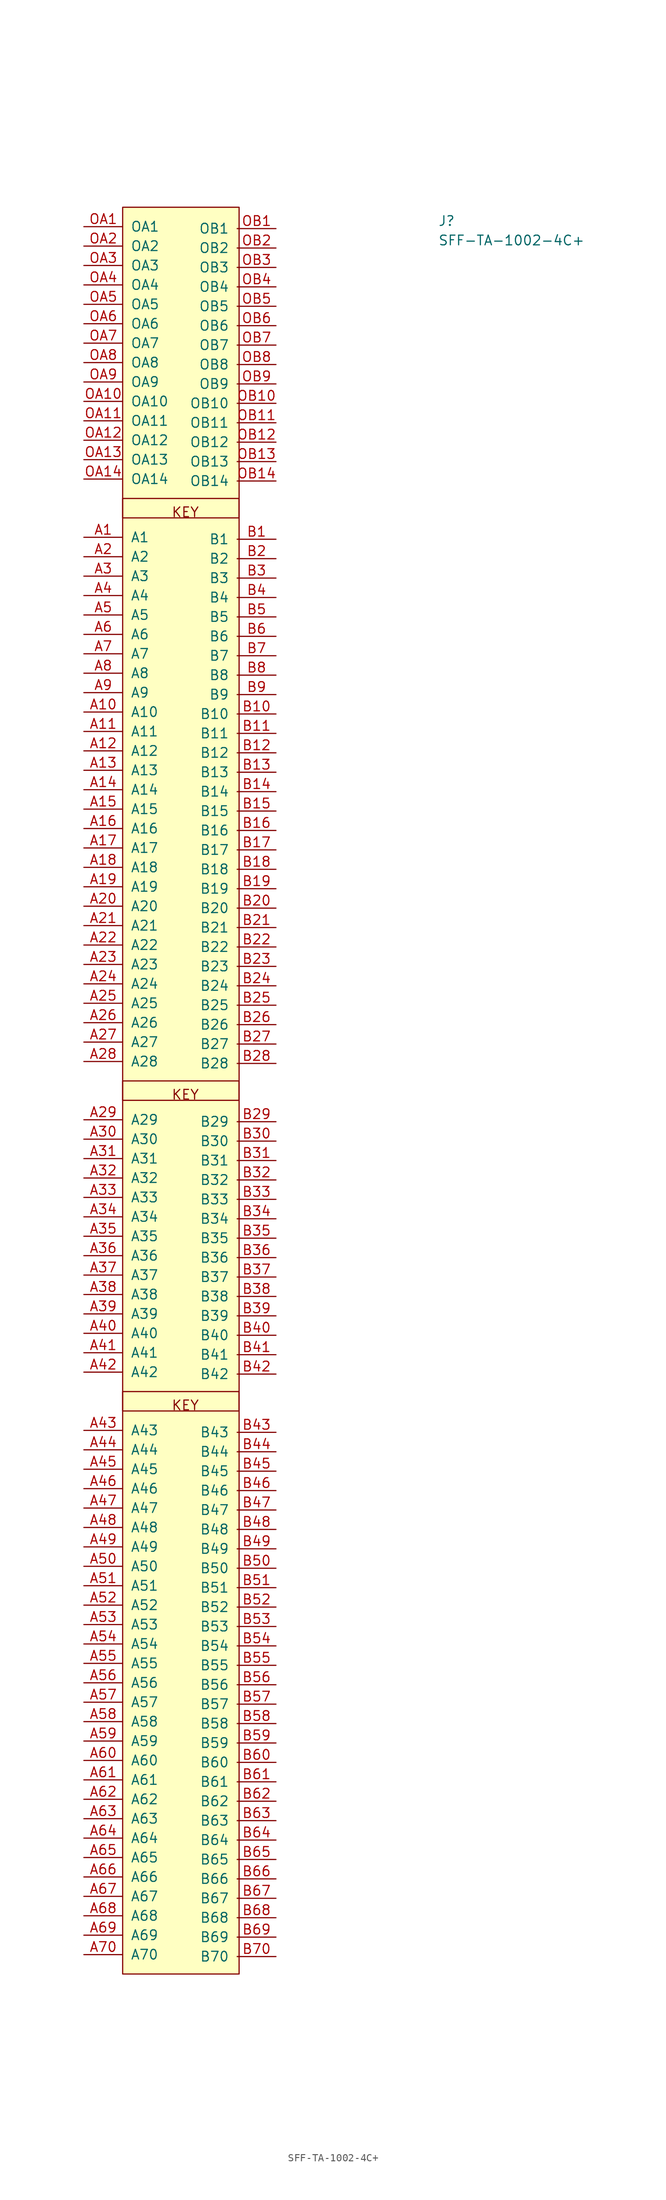
<source format=kicad_sym>
(kicad_symbol_lib
  (version 20211014)
  (generator kicad_symbol_editor)
  (symbol "SFF-TA-1002-4C+"
    (pin_names
      (offset 1.016))
    (property "Reference" "J"
      (at 46.355 0 0)
      (effects (font (size 1.27 1.27) (thickness 0.15)) (justify left bottom)))
    (property "Value" "SFF-TA-1002-4C+"
      (at 46.355 -2.54 0)
      (effects (font (size 1.27 1.27) (thickness 0.15)) (justify left bottom)))
    (symbol "SFF-TA-1002-4C+_0_0"
      (rectangle (start 5.08 2.54) (end 20.32 -228.6) (stroke (width 0) (type default) (color 0 0 0 0)) (fill (type background)))
      (text "KEY" (at 11.43 -154.94 0) (effects (font (size 1.27 1.27) (thickness 0.15)) (justify left bottom)))
      (text "KEY" (at 11.43 -114.3 0) (effects (font (size 1.27 1.27) (thickness 0.15)) (justify left bottom)))
      (text "KEY" (at 11.43 -38.1 0) (effects (font (size 1.27 1.27) (thickness 0.15)) (justify left bottom))))
    (symbol "SFF-TA-1002-4C+_1_1"
      (rectangle (start 5.08 -152.4) (end 20.32 -154.94) (stroke (width 0) (type default) (color 0 0 0 0)) (fill (type background)))
      (rectangle (start 5.08 -111.76) (end 20.32 -114.3) (stroke (width 0) (type default) (color 0 0 0 0)) (fill (type background)))
      (rectangle (start 5.08 -35.56) (end 20.32 -38.1) (stroke (width 0) (type default) (color 0 0 0 0)) (fill (type background)))
      (pin passive line (at 0 -40.64 0) (length 5.08) (name "A1" (effects (font (size 1.27 1.27)))) (number "A1" (effects (font (size 1.27 1.27)))))
      (pin passive line (at 0 -63.5 0) (length 5.08) (name "A10" (effects (font (size 1.27 1.27)))) (number "A10" (effects (font (size 1.27 1.27)))))
      (pin passive line (at 0 -66.04 0) (length 5.08) (name "A11" (effects (font (size 1.27 1.27)))) (number "A11" (effects (font (size 1.27 1.27)))))
      (pin passive line (at 0 -68.58 0) (length 5.08) (name "A12" (effects (font (size 1.27 1.27)))) (number "A12" (effects (font (size 1.27 1.27)))))
      (pin passive line (at 0 -71.12 0) (length 5.08) (name "A13" (effects (font (size 1.27 1.27)))) (number "A13" (effects (font (size 1.27 1.27)))))
      (pin passive line (at 0 -73.66 0) (length 5.08) (name "A14" (effects (font (size 1.27 1.27)))) (number "A14" (effects (font (size 1.27 1.27)))))
      (pin passive line (at 0 -76.2 0) (length 5.08) (name "A15" (effects (font (size 1.27 1.27)))) (number "A15" (effects (font (size 1.27 1.27)))))
      (pin passive line (at 0 -78.74 0) (length 5.08) (name "A16" (effects (font (size 1.27 1.27)))) (number "A16" (effects (font (size 1.27 1.27)))))
      (pin passive line (at 0 -81.28 0) (length 5.08) (name "A17" (effects (font (size 1.27 1.27)))) (number "A17" (effects (font (size 1.27 1.27)))))
      (pin passive line (at 0 -83.82 0) (length 5.08) (name "A18" (effects (font (size 1.27 1.27)))) (number "A18" (effects (font (size 1.27 1.27)))))
      (pin passive line (at 0 -86.36 0) (length 5.08) (name "A19" (effects (font (size 1.27 1.27)))) (number "A19" (effects (font (size 1.27 1.27)))))
      (pin passive line (at 0 -43.18 0) (length 5.08) (name "A2" (effects (font (size 1.27 1.27)))) (number "A2" (effects (font (size 1.27 1.27)))))
      (pin passive line (at 0 -88.9 0) (length 5.08) (name "A20" (effects (font (size 1.27 1.27)))) (number "A20" (effects (font (size 1.27 1.27)))))
      (pin passive line (at 0 -91.44 0) (length 5.08) (name "A21" (effects (font (size 1.27 1.27)))) (number "A21" (effects (font (size 1.27 1.27)))))
      (pin passive line (at 0 -93.98 0) (length 5.08) (name "A22" (effects (font (size 1.27 1.27)))) (number "A22" (effects (font (size 1.27 1.27)))))
      (pin passive line (at 0 -96.52 0) (length 5.08) (name "A23" (effects (font (size 1.27 1.27)))) (number "A23" (effects (font (size 1.27 1.27)))))
      (pin passive line (at 0 -99.06 0) (length 5.08) (name "A24" (effects (font (size 1.27 1.27)))) (number "A24" (effects (font (size 1.27 1.27)))))
      (pin passive line (at 0 -101.6 0) (length 5.08) (name "A25" (effects (font (size 1.27 1.27)))) (number "A25" (effects (font (size 1.27 1.27)))))
      (pin passive line (at 0 -104.14 0) (length 5.08) (name "A26" (effects (font (size 1.27 1.27)))) (number "A26" (effects (font (size 1.27 1.27)))))
      (pin passive line (at 0 -106.68 0) (length 5.08) (name "A27" (effects (font (size 1.27 1.27)))) (number "A27" (effects (font (size 1.27 1.27)))))
      (pin passive line (at 0 -109.22 0) (length 5.08) (name "A28" (effects (font (size 1.27 1.27)))) (number "A28" (effects (font (size 1.27 1.27)))))
      (pin passive line (at 0 -116.84 0) (length 5.08) (name "A29" (effects (font (size 1.27 1.27)))) (number "A29" (effects (font (size 1.27 1.27)))))
      (pin passive line (at 0 -45.72 0) (length 5.08) (name "A3" (effects (font (size 1.27 1.27)))) (number "A3" (effects (font (size 1.27 1.27)))))
      (pin passive line (at 0 -119.38 0) (length 5.08) (name "A30" (effects (font (size 1.27 1.27)))) (number "A30" (effects (font (size 1.27 1.27)))))
      (pin passive line (at 0 -121.92 0) (length 5.08) (name "A31" (effects (font (size 1.27 1.27)))) (number "A31" (effects (font (size 1.27 1.27)))))
      (pin passive line (at 0 -124.46 0) (length 5.08) (name "A32" (effects (font (size 1.27 1.27)))) (number "A32" (effects (font (size 1.27 1.27)))))
      (pin passive line (at 0 -127 0) (length 5.08) (name "A33" (effects (font (size 1.27 1.27)))) (number "A33" (effects (font (size 1.27 1.27)))))
      (pin passive line (at 0 -129.54 0) (length 5.08) (name "A34" (effects (font (size 1.27 1.27)))) (number "A34" (effects (font (size 1.27 1.27)))))
      (pin passive line (at 0 -132.08 0) (length 5.08) (name "A35" (effects (font (size 1.27 1.27)))) (number "A35" (effects (font (size 1.27 1.27)))))
      (pin passive line (at 0 -134.62 0) (length 5.08) (name "A36" (effects (font (size 1.27 1.27)))) (number "A36" (effects (font (size 1.27 1.27)))))
      (pin passive line (at 0 -137.16 0) (length 5.08) (name "A37" (effects (font (size 1.27 1.27)))) (number "A37" (effects (font (size 1.27 1.27)))))
      (pin passive line (at 0 -139.7 0) (length 5.08) (name "A38" (effects (font (size 1.27 1.27)))) (number "A38" (effects (font (size 1.27 1.27)))))
      (pin passive line (at 0 -142.24 0) (length 5.08) (name "A39" (effects (font (size 1.27 1.27)))) (number "A39" (effects (font (size 1.27 1.27)))))
      (pin passive line (at 0 -48.26 0) (length 5.08) (name "A4" (effects (font (size 1.27 1.27)))) (number "A4" (effects (font (size 1.27 1.27)))))
      (pin passive line (at 0 -144.78 0) (length 5.08) (name "A40" (effects (font (size 1.27 1.27)))) (number "A40" (effects (font (size 1.27 1.27)))))
      (pin passive line (at 0 -147.32 0) (length 5.08) (name "A41" (effects (font (size 1.27 1.27)))) (number "A41" (effects (font (size 1.27 1.27)))))
      (pin passive line (at 0 -149.86 0) (length 5.08) (name "A42" (effects (font (size 1.27 1.27)))) (number "A42" (effects (font (size 1.27 1.27)))))
      (pin passive line (at 0 -157.48 0) (length 5.08) (name "A43" (effects (font (size 1.27 1.27)))) (number "A43" (effects (font (size 1.27 1.27)))))
      (pin passive line (at 0 -160.02 0) (length 5.08) (name "A44" (effects (font (size 1.27 1.27)))) (number "A44" (effects (font (size 1.27 1.27)))))
      (pin passive line (at 0 -162.56 0) (length 5.08) (name "A45" (effects (font (size 1.27 1.27)))) (number "A45" (effects (font (size 1.27 1.27)))))
      (pin passive line (at 0 -165.1 0) (length 5.08) (name "A46" (effects (font (size 1.27 1.27)))) (number "A46" (effects (font (size 1.27 1.27)))))
      (pin passive line (at 0 -167.64 0) (length 5.08) (name "A47" (effects (font (size 1.27 1.27)))) (number "A47" (effects (font (size 1.27 1.27)))))
      (pin passive line (at 0 -170.18 0) (length 5.08) (name "A48" (effects (font (size 1.27 1.27)))) (number "A48" (effects (font (size 1.27 1.27)))))
      (pin passive line (at 0 -172.72 0) (length 5.08) (name "A49" (effects (font (size 1.27 1.27)))) (number "A49" (effects (font (size 1.27 1.27)))))
      (pin passive line (at 0 -50.8 0) (length 5.08) (name "A5" (effects (font (size 1.27 1.27)))) (number "A5" (effects (font (size 1.27 1.27)))))
      (pin passive line (at 0 -175.26 0) (length 5.08) (name "A50" (effects (font (size 1.27 1.27)))) (number "A50" (effects (font (size 1.27 1.27)))))
      (pin passive line (at 0 -177.8 0) (length 5.08) (name "A51" (effects (font (size 1.27 1.27)))) (number "A51" (effects (font (size 1.27 1.27)))))
      (pin passive line (at 0 -180.34 0) (length 5.08) (name "A52" (effects (font (size 1.27 1.27)))) (number "A52" (effects (font (size 1.27 1.27)))))
      (pin passive line (at 0 -182.88 0) (length 5.08) (name "A53" (effects (font (size 1.27 1.27)))) (number "A53" (effects (font (size 1.27 1.27)))))
      (pin passive line (at 0 -185.42 0) (length 5.08) (name "A54" (effects (font (size 1.27 1.27)))) (number "A54" (effects (font (size 1.27 1.27)))))
      (pin passive line (at 0 -187.96 0) (length 5.08) (name "A55" (effects (font (size 1.27 1.27)))) (number "A55" (effects (font (size 1.27 1.27)))))
      (pin passive line (at 0 -190.5 0) (length 5.08) (name "A56" (effects (font (size 1.27 1.27)))) (number "A56" (effects (font (size 1.27 1.27)))))
      (pin passive line (at 0 -193.04 0) (length 5.08) (name "A57" (effects (font (size 1.27 1.27)))) (number "A57" (effects (font (size 1.27 1.27)))))
      (pin passive line (at 0 -195.58 0) (length 5.08) (name "A58" (effects (font (size 1.27 1.27)))) (number "A58" (effects (font (size 1.27 1.27)))))
      (pin passive line (at 0 -198.12 0) (length 5.08) (name "A59" (effects (font (size 1.27 1.27)))) (number "A59" (effects (font (size 1.27 1.27)))))
      (pin passive line (at 0 -53.34 0) (length 5.08) (name "A6" (effects (font (size 1.27 1.27)))) (number "A6" (effects (font (size 1.27 1.27)))))
      (pin passive line (at 0 -200.66 0) (length 5.08) (name "A60" (effects (font (size 1.27 1.27)))) (number "A60" (effects (font (size 1.27 1.27)))))
      (pin passive line (at 0 -203.2 0) (length 5.08) (name "A61" (effects (font (size 1.27 1.27)))) (number "A61" (effects (font (size 1.27 1.27)))))
      (pin passive line (at 0 -205.74 0) (length 5.08) (name "A62" (effects (font (size 1.27 1.27)))) (number "A62" (effects (font (size 1.27 1.27)))))
      (pin passive line (at 0 -208.28 0) (length 5.08) (name "A63" (effects (font (size 1.27 1.27)))) (number "A63" (effects (font (size 1.27 1.27)))))
      (pin passive line (at 0 -210.82 0) (length 5.08) (name "A64" (effects (font (size 1.27 1.27)))) (number "A64" (effects (font (size 1.27 1.27)))))
      (pin passive line (at 0 -213.36 0) (length 5.08) (name "A65" (effects (font (size 1.27 1.27)))) (number "A65" (effects (font (size 1.27 1.27)))))
      (pin passive line (at 0 -215.9 0) (length 5.08) (name "A66" (effects (font (size 1.27 1.27)))) (number "A66" (effects (font (size 1.27 1.27)))))
      (pin passive line (at 0 -218.44 0) (length 5.08) (name "A67" (effects (font (size 1.27 1.27)))) (number "A67" (effects (font (size 1.27 1.27)))))
      (pin passive line (at 0 -220.98 0) (length 5.08) (name "A68" (effects (font (size 1.27 1.27)))) (number "A68" (effects (font (size 1.27 1.27)))))
      (pin passive line (at 0 -223.52 0) (length 5.08) (name "A69" (effects (font (size 1.27 1.27)))) (number "A69" (effects (font (size 1.27 1.27)))))
      (pin passive line (at 0 -55.88 0) (length 5.08) (name "A7" (effects (font (size 1.27 1.27)))) (number "A7" (effects (font (size 1.27 1.27)))))
      (pin passive line (at 0 -226.06 0) (length 5.08) (name "A70" (effects (font (size 1.27 1.27)))) (number "A70" (effects (font (size 1.27 1.27)))))
      (pin passive line (at 0 -58.42 0) (length 5.08) (name "A8" (effects (font (size 1.27 1.27)))) (number "A8" (effects (font (size 1.27 1.27)))))
      (pin passive line (at 0 -60.96 0) (length 5.08) (name "A9" (effects (font (size 1.27 1.27)))) (number "A9" (effects (font (size 1.27 1.27)))))
      (pin passive line (at 25.146 -40.894 180) (length 5.08) (name "B1" (effects (font (size 1.27 1.27)))) (number "B1" (effects (font (size 1.27 1.27)))))
      (pin passive line (at 25.146 -63.754 180) (length 5.08) (name "B10" (effects (font (size 1.27 1.27)))) (number "B10" (effects (font (size 1.27 1.27)))))
      (pin passive line (at 25.146 -66.294 180) (length 5.08) (name "B11" (effects (font (size 1.27 1.27)))) (number "B11" (effects (font (size 1.27 1.27)))))
      (pin passive line (at 25.146 -68.834 180) (length 5.08) (name "B12" (effects (font (size 1.27 1.27)))) (number "B12" (effects (font (size 1.27 1.27)))))
      (pin passive line (at 25.146 -71.374 180) (length 5.08) (name "B13" (effects (font (size 1.27 1.27)))) (number "B13" (effects (font (size 1.27 1.27)))))
      (pin passive line (at 25.146 -73.914 180) (length 5.08) (name "B14" (effects (font (size 1.27 1.27)))) (number "B14" (effects (font (size 1.27 1.27)))))
      (pin passive line (at 25.146 -76.454 180) (length 5.08) (name "B15" (effects (font (size 1.27 1.27)))) (number "B15" (effects (font (size 1.27 1.27)))))
      (pin passive line (at 25.146 -78.994 180) (length 5.08) (name "B16" (effects (font (size 1.27 1.27)))) (number "B16" (effects (font (size 1.27 1.27)))))
      (pin passive line (at 25.146 -81.534 180) (length 5.08) (name "B17" (effects (font (size 1.27 1.27)))) (number "B17" (effects (font (size 1.27 1.27)))))
      (pin passive line (at 25.146 -84.074 180) (length 5.08) (name "B18" (effects (font (size 1.27 1.27)))) (number "B18" (effects (font (size 1.27 1.27)))))
      (pin passive line (at 25.146 -86.614 180) (length 5.08) (name "B19" (effects (font (size 1.27 1.27)))) (number "B19" (effects (font (size 1.27 1.27)))))
      (pin passive line (at 25.146 -43.434 180) (length 5.08) (name "B2" (effects (font (size 1.27 1.27)))) (number "B2" (effects (font (size 1.27 1.27)))))
      (pin passive line (at 25.146 -89.154 180) (length 5.08) (name "B20" (effects (font (size 1.27 1.27)))) (number "B20" (effects (font (size 1.27 1.27)))))
      (pin passive line (at 25.146 -91.694 180) (length 5.08) (name "B21" (effects (font (size 1.27 1.27)))) (number "B21" (effects (font (size 1.27 1.27)))))
      (pin passive line (at 25.146 -94.234 180) (length 5.08) (name "B22" (effects (font (size 1.27 1.27)))) (number "B22" (effects (font (size 1.27 1.27)))))
      (pin passive line (at 25.146 -96.774 180) (length 5.08) (name "B23" (effects (font (size 1.27 1.27)))) (number "B23" (effects (font (size 1.27 1.27)))))
      (pin passive line (at 25.146 -99.314 180) (length 5.08) (name "B24" (effects (font (size 1.27 1.27)))) (number "B24" (effects (font (size 1.27 1.27)))))
      (pin passive line (at 25.146 -101.854 180) (length 5.08) (name "B25" (effects (font (size 1.27 1.27)))) (number "B25" (effects (font (size 1.27 1.27)))))
      (pin passive line (at 25.146 -104.394 180) (length 5.08) (name "B26" (effects (font (size 1.27 1.27)))) (number "B26" (effects (font (size 1.27 1.27)))))
      (pin passive line (at 25.146 -106.934 180) (length 5.08) (name "B27" (effects (font (size 1.27 1.27)))) (number "B27" (effects (font (size 1.27 1.27)))))
      (pin passive line (at 25.146 -109.474 180) (length 5.08) (name "B28" (effects (font (size 1.27 1.27)))) (number "B28" (effects (font (size 1.27 1.27)))))
      (pin passive line (at 25.146 -117.094 180) (length 5.08) (name "B29" (effects (font (size 1.27 1.27)))) (number "B29" (effects (font (size 1.27 1.27)))))
      (pin passive line (at 25.146 -45.974 180) (length 5.08) (name "B3" (effects (font (size 1.27 1.27)))) (number "B3" (effects (font (size 1.27 1.27)))))
      (pin passive line (at 25.146 -119.634 180) (length 5.08) (name "B30" (effects (font (size 1.27 1.27)))) (number "B30" (effects (font (size 1.27 1.27)))))
      (pin passive line (at 25.146 -122.174 180) (length 5.08) (name "B31" (effects (font (size 1.27 1.27)))) (number "B31" (effects (font (size 1.27 1.27)))))
      (pin passive line (at 25.146 -124.714 180) (length 5.08) (name "B32" (effects (font (size 1.27 1.27)))) (number "B32" (effects (font (size 1.27 1.27)))))
      (pin passive line (at 25.146 -127.254 180) (length 5.08) (name "B33" (effects (font (size 1.27 1.27)))) (number "B33" (effects (font (size 1.27 1.27)))))
      (pin passive line (at 25.146 -129.794 180) (length 5.08) (name "B34" (effects (font (size 1.27 1.27)))) (number "B34" (effects (font (size 1.27 1.27)))))
      (pin passive line (at 25.146 -132.334 180) (length 5.08) (name "B35" (effects (font (size 1.27 1.27)))) (number "B35" (effects (font (size 1.27 1.27)))))
      (pin passive line (at 25.146 -134.874 180) (length 5.08) (name "B36" (effects (font (size 1.27 1.27)))) (number "B36" (effects (font (size 1.27 1.27)))))
      (pin passive line (at 25.146 -137.414 180) (length 5.08) (name "B37" (effects (font (size 1.27 1.27)))) (number "B37" (effects (font (size 1.27 1.27)))))
      (pin passive line (at 25.146 -139.954 180) (length 5.08) (name "B38" (effects (font (size 1.27 1.27)))) (number "B38" (effects (font (size 1.27 1.27)))))
      (pin passive line (at 25.146 -142.494 180) (length 5.08) (name "B39" (effects (font (size 1.27 1.27)))) (number "B39" (effects (font (size 1.27 1.27)))))
      (pin passive line (at 25.146 -48.514 180) (length 5.08) (name "B4" (effects (font (size 1.27 1.27)))) (number "B4" (effects (font (size 1.27 1.27)))))
      (pin passive line (at 25.146 -145.034 180) (length 5.08) (name "B40" (effects (font (size 1.27 1.27)))) (number "B40" (effects (font (size 1.27 1.27)))))
      (pin passive line (at 25.146 -147.574 180) (length 5.08) (name "B41" (effects (font (size 1.27 1.27)))) (number "B41" (effects (font (size 1.27 1.27)))))
      (pin passive line (at 25.146 -150.114 180) (length 5.08) (name "B42" (effects (font (size 1.27 1.27)))) (number "B42" (effects (font (size 1.27 1.27)))))
      (pin passive line (at 25.146 -157.734 180) (length 5.08) (name "B43" (effects (font (size 1.27 1.27)))) (number "B43" (effects (font (size 1.27 1.27)))))
      (pin passive line (at 25.146 -160.274 180) (length 5.08) (name "B44" (effects (font (size 1.27 1.27)))) (number "B44" (effects (font (size 1.27 1.27)))))
      (pin passive line (at 25.146 -162.814 180) (length 5.08) (name "B45" (effects (font (size 1.27 1.27)))) (number "B45" (effects (font (size 1.27 1.27)))))
      (pin passive line (at 25.146 -165.354 180) (length 5.08) (name "B46" (effects (font (size 1.27 1.27)))) (number "B46" (effects (font (size 1.27 1.27)))))
      (pin passive line (at 25.146 -167.894 180) (length 5.08) (name "B47" (effects (font (size 1.27 1.27)))) (number "B47" (effects (font (size 1.27 1.27)))))
      (pin passive line (at 25.146 -170.434 180) (length 5.08) (name "B48" (effects (font (size 1.27 1.27)))) (number "B48" (effects (font (size 1.27 1.27)))))
      (pin passive line (at 25.146 -172.974 180) (length 5.08) (name "B49" (effects (font (size 1.27 1.27)))) (number "B49" (effects (font (size 1.27 1.27)))))
      (pin passive line (at 25.146 -51.054 180) (length 5.08) (name "B5" (effects (font (size 1.27 1.27)))) (number "B5" (effects (font (size 1.27 1.27)))))
      (pin passive line (at 25.146 -175.514 180) (length 5.08) (name "B50" (effects (font (size 1.27 1.27)))) (number "B50" (effects (font (size 1.27 1.27)))))
      (pin passive line (at 25.146 -178.054 180) (length 5.08) (name "B51" (effects (font (size 1.27 1.27)))) (number "B51" (effects (font (size 1.27 1.27)))))
      (pin passive line (at 25.146 -180.594 180) (length 5.08) (name "B52" (effects (font (size 1.27 1.27)))) (number "B52" (effects (font (size 1.27 1.27)))))
      (pin passive line (at 25.146 -183.134 180) (length 5.08) (name "B53" (effects (font (size 1.27 1.27)))) (number "B53" (effects (font (size 1.27 1.27)))))
      (pin passive line (at 25.146 -185.674 180) (length 5.08) (name "B54" (effects (font (size 1.27 1.27)))) (number "B54" (effects (font (size 1.27 1.27)))))
      (pin passive line (at 25.146 -188.214 180) (length 5.08) (name "B55" (effects (font (size 1.27 1.27)))) (number "B55" (effects (font (size 1.27 1.27)))))
      (pin passive line (at 25.146 -190.754 180) (length 5.08) (name "B56" (effects (font (size 1.27 1.27)))) (number "B56" (effects (font (size 1.27 1.27)))))
      (pin passive line (at 25.146 -193.294 180) (length 5.08) (name "B57" (effects (font (size 1.27 1.27)))) (number "B57" (effects (font (size 1.27 1.27)))))
      (pin passive line (at 25.146 -195.834 180) (length 5.08) (name "B58" (effects (font (size 1.27 1.27)))) (number "B58" (effects (font (size 1.27 1.27)))))
      (pin passive line (at 25.146 -198.374 180) (length 5.08) (name "B59" (effects (font (size 1.27 1.27)))) (number "B59" (effects (font (size 1.27 1.27)))))
      (pin passive line (at 25.146 -53.594 180) (length 5.08) (name "B6" (effects (font (size 1.27 1.27)))) (number "B6" (effects (font (size 1.27 1.27)))))
      (pin passive line (at 25.146 -200.914 180) (length 5.08) (name "B60" (effects (font (size 1.27 1.27)))) (number "B60" (effects (font (size 1.27 1.27)))))
      (pin passive line (at 25.146 -203.454 180) (length 5.08) (name "B61" (effects (font (size 1.27 1.27)))) (number "B61" (effects (font (size 1.27 1.27)))))
      (pin passive line (at 25.146 -205.994 180) (length 5.08) (name "B62" (effects (font (size 1.27 1.27)))) (number "B62" (effects (font (size 1.27 1.27)))))
      (pin passive line (at 25.146 -208.534 180) (length 5.08) (name "B63" (effects (font (size 1.27 1.27)))) (number "B63" (effects (font (size 1.27 1.27)))))
      (pin passive line (at 25.146 -211.074 180) (length 5.08) (name "B64" (effects (font (size 1.27 1.27)))) (number "B64" (effects (font (size 1.27 1.27)))))
      (pin passive line (at 25.146 -213.614 180) (length 5.08) (name "B65" (effects (font (size 1.27 1.27)))) (number "B65" (effects (font (size 1.27 1.27)))))
      (pin passive line (at 25.146 -216.154 180) (length 5.08) (name "B66" (effects (font (size 1.27 1.27)))) (number "B66" (effects (font (size 1.27 1.27)))))
      (pin passive line (at 25.146 -218.694 180) (length 5.08) (name "B67" (effects (font (size 1.27 1.27)))) (number "B67" (effects (font (size 1.27 1.27)))))
      (pin passive line (at 25.146 -221.234 180) (length 5.08) (name "B68" (effects (font (size 1.27 1.27)))) (number "B68" (effects (font (size 1.27 1.27)))))
      (pin passive line (at 25.146 -223.774 180) (length 5.08) (name "B69" (effects (font (size 1.27 1.27)))) (number "B69" (effects (font (size 1.27 1.27)))))
      (pin passive line (at 25.146 -56.134 180) (length 5.08) (name "B7" (effects (font (size 1.27 1.27)))) (number "B7" (effects (font (size 1.27 1.27)))))
      (pin passive line (at 25.146 -226.314 180) (length 5.08) (name "B70" (effects (font (size 1.27 1.27)))) (number "B70" (effects (font (size 1.27 1.27)))))
      (pin passive line (at 25.146 -58.674 180) (length 5.08) (name "B8" (effects (font (size 1.27 1.27)))) (number "B8" (effects (font (size 1.27 1.27)))))
      (pin passive line (at 25.146 -61.214 180) (length 5.08) (name "B9" (effects (font (size 1.27 1.27)))) (number "B9" (effects (font (size 1.27 1.27)))))
      (pin passive line (at 0 0 0) (length 5.08) (name "OA1" (effects (font (size 1.27 1.27)))) (number "OA1" (effects (font (size 1.27 1.27)))))
      (pin passive line (at 0 -22.86 0) (length 5.08) (name "OA10" (effects (font (size 1.27 1.27)))) (number "OA10" (effects (font (size 1.27 1.27)))))
      (pin passive line (at 0 -25.4 0) (length 5.08) (name "OA11" (effects (font (size 1.27 1.27)))) (number "OA11" (effects (font (size 1.27 1.27)))))
      (pin passive line (at 0 -27.94 0) (length 5.08) (name "OA12" (effects (font (size 1.27 1.27)))) (number "OA12" (effects (font (size 1.27 1.27)))))
      (pin passive line (at 0 -30.48 0) (length 5.08) (name "OA13" (effects (font (size 1.27 1.27)))) (number "OA13" (effects (font (size 1.27 1.27)))))
      (pin passive line (at 0 -33.02 0) (length 5.08) (name "OA14" (effects (font (size 1.27 1.27)))) (number "OA14" (effects (font (size 1.27 1.27)))))
      (pin passive line (at 0 -2.54 0) (length 5.08) (name "OA2" (effects (font (size 1.27 1.27)))) (number "OA2" (effects (font (size 1.27 1.27)))))
      (pin passive line (at 0 -5.08 0) (length 5.08) (name "OA3" (effects (font (size 1.27 1.27)))) (number "OA3" (effects (font (size 1.27 1.27)))))
      (pin passive line (at 0 -7.62 0) (length 5.08) (name "OA4" (effects (font (size 1.27 1.27)))) (number "OA4" (effects (font (size 1.27 1.27)))))
      (pin passive line (at 0 -10.16 0) (length 5.08) (name "OA5" (effects (font (size 1.27 1.27)))) (number "OA5" (effects (font (size 1.27 1.27)))))
      (pin passive line (at 0 -12.7 0) (length 5.08) (name "OA6" (effects (font (size 1.27 1.27)))) (number "OA6" (effects (font (size 1.27 1.27)))))
      (pin passive line (at 0 -15.24 0) (length 5.08) (name "OA7" (effects (font (size 1.27 1.27)))) (number "OA7" (effects (font (size 1.27 1.27)))))
      (pin passive line (at 0 -17.78 0) (length 5.08) (name "OA8" (effects (font (size 1.27 1.27)))) (number "OA8" (effects (font (size 1.27 1.27)))))
      (pin passive line (at 0 -20.32 0) (length 5.08) (name "OA9" (effects (font (size 1.27 1.27)))) (number "OA9" (effects (font (size 1.27 1.27)))))
      (pin passive line (at 25.146 -0.254 180) (length 5.08) (name "OB1" (effects (font (size 1.27 1.27)))) (number "OB1" (effects (font (size 1.27 1.27)))))
      (pin passive line (at 25.146 -23.114 180) (length 5.08) (name "OB10" (effects (font (size 1.27 1.27)))) (number "OB10" (effects (font (size 1.27 1.27)))))
      (pin passive line (at 25.146 -25.654 180) (length 5.08) (name "OB11" (effects (font (size 1.27 1.27)))) (number "OB11" (effects (font (size 1.27 1.27)))))
      (pin passive line (at 25.146 -28.194 180) (length 5.08) (name "OB12" (effects (font (size 1.27 1.27)))) (number "OB12" (effects (font (size 1.27 1.27)))))
      (pin passive line (at 25.146 -30.734 180) (length 5.08) (name "OB13" (effects (font (size 1.27 1.27)))) (number "OB13" (effects (font (size 1.27 1.27)))))
      (pin passive line (at 25.146 -33.274 180) (length 5.08) (name "OB14" (effects (font (size 1.27 1.27)))) (number "OB14" (effects (font (size 1.27 1.27)))))
      (pin passive line (at 25.146 -2.794 180) (length 5.08) (name "OB2" (effects (font (size 1.27 1.27)))) (number "OB2" (effects (font (size 1.27 1.27)))))
      (pin passive line (at 25.146 -5.334 180) (length 5.08) (name "OB3" (effects (font (size 1.27 1.27)))) (number "OB3" (effects (font (size 1.27 1.27)))))
      (pin passive line (at 25.146 -7.874 180) (length 5.08) (name "OB4" (effects (font (size 1.27 1.27)))) (number "OB4" (effects (font (size 1.27 1.27)))))
      (pin passive line (at 25.146 -10.414 180) (length 5.08) (name "OB5" (effects (font (size 1.27 1.27)))) (number "OB5" (effects (font (size 1.27 1.27)))))
      (pin passive line (at 25.146 -12.954 180) (length 5.08) (name "OB6" (effects (font (size 1.27 1.27)))) (number "OB6" (effects (font (size 1.27 1.27)))))
      (pin passive line (at 25.146 -15.494 180) (length 5.08) (name "OB7" (effects (font (size 1.27 1.27)))) (number "OB7" (effects (font (size 1.27 1.27)))))
      (pin passive line (at 25.146 -18.034 180) (length 5.08) (name "OB8" (effects (font (size 1.27 1.27)))) (number "OB8" (effects (font (size 1.27 1.27)))))
      (pin passive line (at 25.146 -20.574 180) (length 5.08) (name "OB9" (effects (font (size 1.27 1.27)))) (number "OB9" (effects (font (size 1.27 1.27))))))))
</source>
